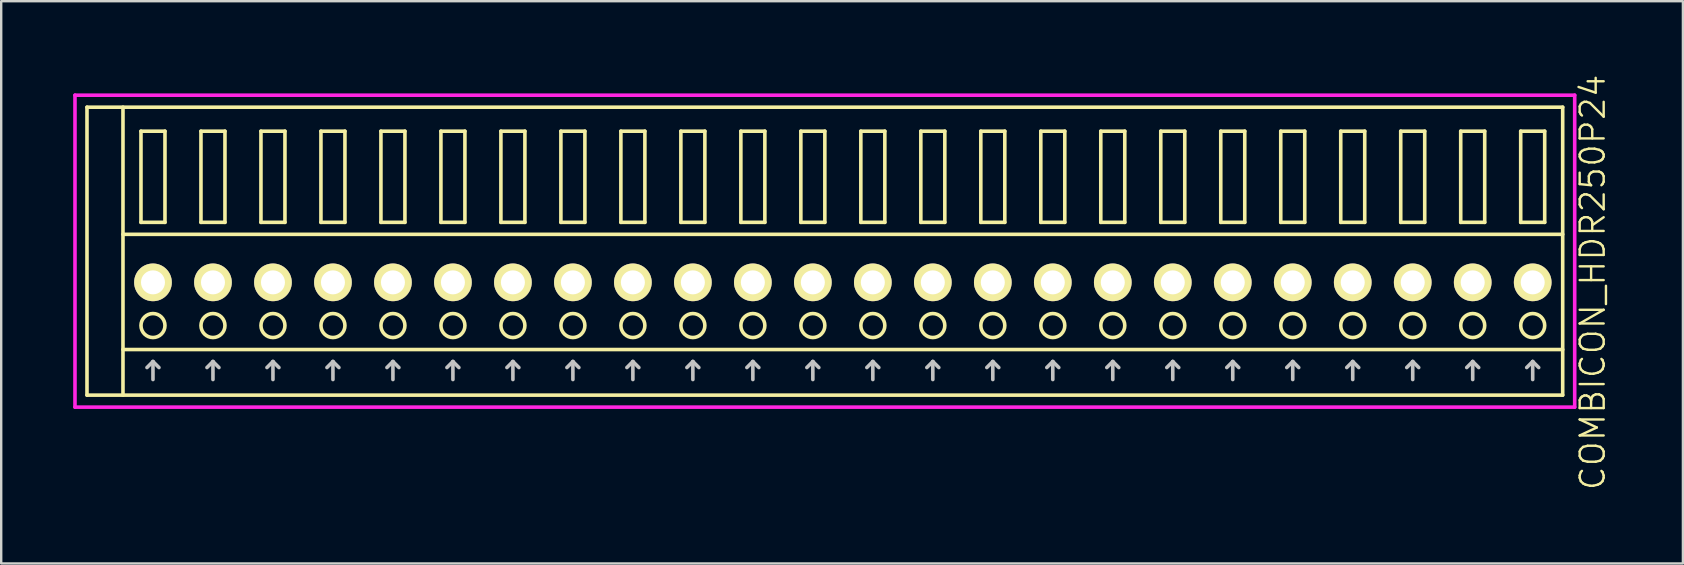
<source format=kicad_pcb>
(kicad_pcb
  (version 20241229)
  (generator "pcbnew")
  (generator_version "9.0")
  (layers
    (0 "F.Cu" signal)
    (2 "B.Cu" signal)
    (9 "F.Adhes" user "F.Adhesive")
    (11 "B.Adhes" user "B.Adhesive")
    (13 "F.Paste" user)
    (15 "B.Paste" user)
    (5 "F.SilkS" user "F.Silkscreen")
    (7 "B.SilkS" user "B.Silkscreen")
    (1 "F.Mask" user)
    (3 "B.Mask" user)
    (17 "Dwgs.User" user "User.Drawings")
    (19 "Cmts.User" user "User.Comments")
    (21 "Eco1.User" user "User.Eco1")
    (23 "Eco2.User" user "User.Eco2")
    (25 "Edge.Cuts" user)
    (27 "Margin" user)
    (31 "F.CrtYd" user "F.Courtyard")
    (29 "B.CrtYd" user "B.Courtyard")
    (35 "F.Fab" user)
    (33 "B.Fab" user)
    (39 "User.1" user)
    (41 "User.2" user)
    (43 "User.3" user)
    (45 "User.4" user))
  (footprint "COMBICON_HDR250P24"
    (layer "F.Cu")
    (at 32.075 8.717)
    (property "Reference" "COMBICON_HDR250P24" (at 31.25 0 90) (layer "F.SilkS") (effects (font (size 1 1) (thickness 0.1))))
    (attr through_hole)
    (fp_line (start -31.5 -7.3) (end -31.5 4.7) (stroke (width 0.15) (type solid)) (layer "F.SilkS"))
    (fp_line (start -31.5 4.7) (end 30 4.7) (stroke (width 0.15) (type solid)) (layer "F.SilkS"))
    (fp_line (start -30 -2) (end 30 -2) (stroke (width 0.15) (type solid)) (layer "F.SilkS"))
    (fp_line (start -30 2.8) (end 30 2.8) (stroke (width 0.15) (type solid)) (layer "F.SilkS"))
    (fp_line (start -30 4.7) (end -30 -7.3) (stroke (width 0.15) (type solid)) (layer "F.SilkS"))
    (fp_line (start -29.25 -6.3) (end -29.25 -2.5) (stroke (width 0.15) (type solid)) (layer "F.SilkS"))
    (fp_line (start -29.25 -2.5) (end -28.25 -2.5) (stroke (width 0.15) (type solid)) (layer "F.SilkS"))
    (fp_line (start -28.25 -6.3) (end -29.25 -6.3) (stroke (width 0.15) (type solid)) (layer "F.SilkS"))
    (fp_line (start -28.25 -2.5) (end -28.25 -6.3) (stroke (width 0.15) (type solid)) (layer "F.SilkS"))
    (fp_line (start -26.75 -6.3) (end -26.75 -2.5) (stroke (width 0.15) (type solid)) (layer "F.SilkS"))
    (fp_line (start -26.75 -2.5) (end -25.75 -2.5) (stroke (width 0.15) (type solid)) (layer "F.SilkS"))
    (fp_line (start -25.75 -6.3) (end -26.75 -6.3) (stroke (width 0.15) (type solid)) (layer "F.SilkS"))
    (fp_line (start -25.75 -2.5) (end -25.75 -6.3) (stroke (width 0.15) (type solid)) (layer "F.SilkS"))
    (fp_line (start -24.25 -6.3) (end -24.25 -2.5) (stroke (width 0.15) (type solid)) (layer "F.SilkS"))
    (fp_line (start -24.25 -2.5) (end -23.25 -2.5) (stroke (width 0.15) (type solid)) (layer "F.SilkS"))
    (fp_line (start -23.25 -6.3) (end -24.25 -6.3) (stroke (width 0.15) (type solid)) (layer "F.SilkS"))
    (fp_line (start -23.25 -2.5) (end -23.25 -6.3) (stroke (width 0.15) (type solid)) (layer "F.SilkS"))
    (fp_line (start -21.75 -6.3) (end -21.75 -2.5) (stroke (width 0.15) (type solid)) (layer "F.SilkS"))
    (fp_line (start -21.75 -2.5) (end -20.75 -2.5) (stroke (width 0.15) (type solid)) (layer "F.SilkS"))
    (fp_line (start -20.75 -6.3) (end -21.75 -6.3) (stroke (width 0.15) (type solid)) (layer "F.SilkS"))
    (fp_line (start -20.75 -2.5) (end -20.75 -6.3) (stroke (width 0.15) (type solid)) (layer "F.SilkS"))
    (fp_line (start -19.25 -6.3) (end -19.25 -2.5) (stroke (width 0.15) (type solid)) (layer "F.SilkS"))
    (fp_line (start -19.25 -2.5) (end -18.25 -2.5) (stroke (width 0.15) (type solid)) (layer "F.SilkS"))
    (fp_line (start -18.25 -6.3) (end -19.25 -6.3) (stroke (width 0.15) (type solid)) (layer "F.SilkS"))
    (fp_line (start -18.25 -2.5) (end -18.25 -6.3) (stroke (width 0.15) (type solid)) (layer "F.SilkS"))
    (fp_line (start -16.75 -6.3) (end -16.75 -2.5) (stroke (width 0.15) (type solid)) (layer "F.SilkS"))
    (fp_line (start -16.75 -2.5) (end -15.75 -2.5) (stroke (width 0.15) (type solid)) (layer "F.SilkS"))
    (fp_line (start -15.75 -6.3) (end -16.75 -6.3) (stroke (width 0.15) (type solid)) (layer "F.SilkS"))
    (fp_line (start -15.75 -2.5) (end -15.75 -6.3) (stroke (width 0.15) (type solid)) (layer "F.SilkS"))
    (fp_line (start -14.25 -6.3) (end -14.25 -2.5) (stroke (width 0.15) (type solid)) (layer "F.SilkS"))
    (fp_line (start -14.25 -2.5) (end -13.25 -2.5) (stroke (width 0.15) (type solid)) (layer "F.SilkS"))
    (fp_line (start -13.25 -6.3) (end -14.25 -6.3) (stroke (width 0.15) (type solid)) (layer "F.SilkS"))
    (fp_line (start -13.25 -2.5) (end -13.25 -6.3) (stroke (width 0.15) (type solid)) (layer "F.SilkS"))
    (fp_line (start -11.75 -6.3) (end -11.75 -2.5) (stroke (width 0.15) (type solid)) (layer "F.SilkS"))
    (fp_line (start -11.75 -2.5) (end -10.75 -2.5) (stroke (width 0.15) (type solid)) (layer "F.SilkS"))
    (fp_line (start -10.75 -6.3) (end -11.75 -6.3) (stroke (width 0.15) (type solid)) (layer "F.SilkS"))
    (fp_line (start -10.75 -2.5) (end -10.75 -6.3) (stroke (width 0.15) (type solid)) (layer "F.SilkS"))
    (fp_line (start -9.25 -6.3) (end -9.25 -2.5) (stroke (width 0.15) (type solid)) (layer "F.SilkS"))
    (fp_line (start -9.25 -2.5) (end -8.25 -2.5) (stroke (width 0.15) (type solid)) (layer "F.SilkS"))
    (fp_line (start -8.25 -6.3) (end -9.25 -6.3) (stroke (width 0.15) (type solid)) (layer "F.SilkS"))
    (fp_line (start -8.25 -2.5) (end -8.25 -6.3) (stroke (width 0.15) (type solid)) (layer "F.SilkS"))
    (fp_line (start -6.75 -6.3) (end -6.75 -2.5) (stroke (width 0.15) (type solid)) (layer "F.SilkS"))
    (fp_line (start -6.75 -2.5) (end -5.75 -2.5) (stroke (width 0.15) (type solid)) (layer "F.SilkS"))
    (fp_line (start -5.75 -6.3) (end -6.75 -6.3) (stroke (width 0.15) (type solid)) (layer "F.SilkS"))
    (fp_line (start -5.75 -2.5) (end -5.75 -6.3) (stroke (width 0.15) (type solid)) (layer "F.SilkS"))
    (fp_line (start -4.25 -6.3) (end -4.25 -2.5) (stroke (width 0.15) (type solid)) (layer "F.SilkS"))
    (fp_line (start -4.25 -2.5) (end -3.25 -2.5) (stroke (width 0.15) (type solid)) (layer "F.SilkS"))
    (fp_line (start -3.25 -6.3) (end -4.25 -6.3) (stroke (width 0.15) (type solid)) (layer "F.SilkS"))
    (fp_line (start -3.25 -2.5) (end -3.25 -6.3) (stroke (width 0.15) (type solid)) (layer "F.SilkS"))
    (fp_line (start -1.75 -6.3) (end -1.75 -2.5) (stroke (width 0.15) (type solid)) (layer "F.SilkS"))
    (fp_line (start -1.75 -2.5) (end -0.75 -2.5) (stroke (width 0.15) (type solid)) (layer "F.SilkS"))
    (fp_line (start -0.75 -6.3) (end -1.75 -6.3) (stroke (width 0.15) (type solid)) (layer "F.SilkS"))
    (fp_line (start -0.75 -2.5) (end -0.75 -6.3) (stroke (width 0.15) (type solid)) (layer "F.SilkS"))
    (fp_line (start 0.75 -6.3) (end 0.75 -2.5) (stroke (width 0.15) (type solid)) (layer "F.SilkS"))
    (fp_line (start 0.75 -2.5) (end 1.75 -2.5) (stroke (width 0.15) (type solid)) (layer "F.SilkS"))
    (fp_line (start 1.75 -6.3) (end 0.75 -6.3) (stroke (width 0.15) (type solid)) (layer "F.SilkS"))
    (fp_line (start 1.75 -2.5) (end 1.75 -6.3) (stroke (width 0.15) (type solid)) (layer "F.SilkS"))
    (fp_line (start 3.25 -6.3) (end 3.25 -2.5) (stroke (width 0.15) (type solid)) (layer "F.SilkS"))
    (fp_line (start 3.25 -2.5) (end 4.25 -2.5) (stroke (width 0.15) (type solid)) (layer "F.SilkS"))
    (fp_line (start 4.25 -6.3) (end 3.25 -6.3) (stroke (width 0.15) (type solid)) (layer "F.SilkS"))
    (fp_line (start 4.25 -2.5) (end 4.25 -6.3) (stroke (width 0.15) (type solid)) (layer "F.SilkS"))
    (fp_line (start 5.75 -6.3) (end 5.75 -2.5) (stroke (width 0.15) (type solid)) (layer "F.SilkS"))
    (fp_line (start 5.75 -2.5) (end 6.75 -2.5) (stroke (width 0.15) (type solid)) (layer "F.SilkS"))
    (fp_line (start 6.75 -6.3) (end 5.75 -6.3) (stroke (width 0.15) (type solid)) (layer "F.SilkS"))
    (fp_line (start 6.75 -2.5) (end 6.75 -6.3) (stroke (width 0.15) (type solid)) (layer "F.SilkS"))
    (fp_line (start 8.25 -6.3) (end 8.25 -2.5) (stroke (width 0.15) (type solid)) (layer "F.SilkS"))
    (fp_line (start 8.25 -2.5) (end 9.25 -2.5) (stroke (width 0.15) (type solid)) (layer "F.SilkS"))
    (fp_line (start 9.25 -6.3) (end 8.25 -6.3) (stroke (width 0.15) (type solid)) (layer "F.SilkS"))
    (fp_line (start 9.25 -2.5) (end 9.25 -6.3) (stroke (width 0.15) (type solid)) (layer "F.SilkS"))
    (fp_line (start 10.75 -6.3) (end 10.75 -2.5) (stroke (width 0.15) (type solid)) (layer "F.SilkS"))
    (fp_line (start 10.75 -2.5) (end 11.75 -2.5) (stroke (width 0.15) (type solid)) (layer "F.SilkS"))
    (fp_line (start 11.75 -6.3) (end 10.75 -6.3) (stroke (width 0.15) (type solid)) (layer "F.SilkS"))
    (fp_line (start 11.75 -2.5) (end 11.75 -6.3) (stroke (width 0.15) (type solid)) (layer "F.SilkS"))
    (fp_line (start 13.25 -6.3) (end 13.25 -2.5) (stroke (width 0.15) (type solid)) (layer "F.SilkS"))
    (fp_line (start 13.25 -2.5) (end 14.25 -2.5) (stroke (width 0.15) (type solid)) (layer "F.SilkS"))
    (fp_line (start 14.25 -6.3) (end 13.25 -6.3) (stroke (width 0.15) (type solid)) (layer "F.SilkS"))
    (fp_line (start 14.25 -2.5) (end 14.25 -6.3) (stroke (width 0.15) (type solid)) (layer "F.SilkS"))
    (fp_line (start 15.75 -6.3) (end 15.75 -2.5) (stroke (width 0.15) (type solid)) (layer "F.SilkS"))
    (fp_line (start 15.75 -2.5) (end 16.75 -2.5) (stroke (width 0.15) (type solid)) (layer "F.SilkS"))
    (fp_line (start 16.75 -6.3) (end 15.75 -6.3) (stroke (width 0.15) (type solid)) (layer "F.SilkS"))
    (fp_line (start 16.75 -2.5) (end 16.75 -6.3) (stroke (width 0.15) (type solid)) (layer "F.SilkS"))
    (fp_line (start 18.25 -6.3) (end 18.25 -2.5) (stroke (width 0.15) (type solid)) (layer "F.SilkS"))
    (fp_line (start 18.25 -2.5) (end 19.25 -2.5) (stroke (width 0.15) (type solid)) (layer "F.SilkS"))
    (fp_line (start 19.25 -6.3) (end 18.25 -6.3) (stroke (width 0.15) (type solid)) (layer "F.SilkS"))
    (fp_line (start 19.25 -2.5) (end 19.25 -6.3) (stroke (width 0.15) (type solid)) (layer "F.SilkS"))
    (fp_line (start 20.75 -6.3) (end 20.75 -2.5) (stroke (width 0.15) (type solid)) (layer "F.SilkS"))
    (fp_line (start 20.75 -2.5) (end 21.75 -2.5) (stroke (width 0.15) (type solid)) (layer "F.SilkS"))
    (fp_line (start 21.75 -6.3) (end 20.75 -6.3) (stroke (width 0.15) (type solid)) (layer "F.SilkS"))
    (fp_line (start 21.75 -2.5) (end 21.75 -6.3) (stroke (width 0.15) (type solid)) (layer "F.SilkS"))
    (fp_line (start 23.25 -6.3) (end 23.25 -2.5) (stroke (width 0.15) (type solid)) (layer "F.SilkS"))
    (fp_line (start 23.25 -2.5) (end 24.25 -2.5) (stroke (width 0.15) (type solid)) (layer "F.SilkS"))
    (fp_line (start 24.25 -6.3) (end 23.25 -6.3) (stroke (width 0.15) (type solid)) (layer "F.SilkS"))
    (fp_line (start 24.25 -2.5) (end 24.25 -6.3) (stroke (width 0.15) (type solid)) (layer "F.SilkS"))
    (fp_line (start 25.75 -6.3) (end 25.75 -2.5) (stroke (width 0.15) (type solid)) (layer "F.SilkS"))
    (fp_line (start 25.75 -2.5) (end 26.75 -2.5) (stroke (width 0.15) (type solid)) (layer "F.SilkS"))
    (fp_line (start 26.75 -6.3) (end 25.75 -6.3) (stroke (width 0.15) (type solid)) (layer "F.SilkS"))
    (fp_line (start 26.75 -2.5) (end 26.75 -6.3) (stroke (width 0.15) (type solid)) (layer "F.SilkS"))
    (fp_line (start 28.25 -6.3) (end 28.25 -2.5) (stroke (width 0.15) (type solid)) (layer "F.SilkS"))
    (fp_line (start 28.25 -2.5) (end 29.25 -2.5) (stroke (width 0.15) (type solid)) (layer "F.SilkS"))
    (fp_line (start 29.25 -6.3) (end 28.25 -6.3) (stroke (width 0.15) (type solid)) (layer "F.SilkS"))
    (fp_line (start 29.25 -2.5) (end 29.25 -6.3) (stroke (width 0.15) (type solid)) (layer "F.SilkS"))
    (fp_line (start 30 -7.3) (end -31.5 -7.3) (stroke (width 0.15) (type solid)) (layer "F.SilkS"))
    (fp_line (start 30 4.7) (end 30 -7.3) (stroke (width 0.15) (type solid)) (layer "F.SilkS"))
    (fp_circle (center -28.75 1.8) (end -28.25 1.8) (stroke (width 0.15) (type solid)) (fill no) (layer "F.SilkS"))
    (fp_circle (center -26.25 1.8) (end -25.75 1.8) (stroke (width 0.15) (type solid)) (fill no) (layer "F.SilkS"))
    (fp_circle (center -23.75 1.8) (end -23.25 1.8) (stroke (width 0.15) (type solid)) (fill no) (layer "F.SilkS"))
    (fp_circle (center -21.25 1.8) (end -20.75 1.8) (stroke (width 0.15) (type solid)) (fill no) (layer "F.SilkS"))
    (fp_circle (center -18.75 1.8) (end -18.25 1.8) (stroke (width 0.15) (type solid)) (fill no) (layer "F.SilkS"))
    (fp_circle (center -16.25 1.8) (end -15.75 1.8) (stroke (width 0.15) (type solid)) (fill no) (layer "F.SilkS"))
    (fp_circle (center -13.75 1.8) (end -13.25 1.8) (stroke (width 0.15) (type solid)) (fill no) (layer "F.SilkS"))
    (fp_circle (center -11.25 1.8) (end -10.75 1.8) (stroke (width 0.15) (type solid)) (fill no) (layer "F.SilkS"))
    (fp_circle (center -8.75 1.8) (end -8.25 1.8) (stroke (width 0.15) (type solid)) (fill no) (layer "F.SilkS"))
    (fp_circle (center -6.25 1.8) (end -5.75 1.8) (stroke (width 0.15) (type solid)) (fill no) (layer "F.SilkS"))
    (fp_circle (center -3.75 1.8) (end -3.25 1.8) (stroke (width 0.15) (type solid)) (fill no) (layer "F.SilkS"))
    (fp_circle (center -1.25 1.8) (end -0.75 1.8) (stroke (width 0.15) (type solid)) (fill no) (layer "F.SilkS"))
    (fp_circle (center 1.25 1.8) (end 1.75 1.8) (stroke (width 0.15) (type solid)) (fill no) (layer "F.SilkS"))
    (fp_circle (center 3.75 1.8) (end 4.25 1.8) (stroke (width 0.15) (type solid)) (fill no) (layer "F.SilkS"))
    (fp_circle (center 6.25 1.8) (end 6.75 1.8) (stroke (width 0.15) (type solid)) (fill no) (layer "F.SilkS"))
    (fp_circle (center 8.75 1.8) (end 9.25 1.8) (stroke (width 0.15) (type solid)) (fill no) (layer "F.SilkS"))
    (fp_circle (center 11.25 1.8) (end 11.75 1.8) (stroke (width 0.15) (type solid)) (fill no) (layer "F.SilkS"))
    (fp_circle (center 13.75 1.8) (end 14.25 1.8) (stroke (width 0.15) (type solid)) (fill no) (layer "F.SilkS"))
    (fp_circle (center 16.25 1.8) (end 16.75 1.8) (stroke (width 0.15) (type solid)) (fill no) (layer "F.SilkS"))
    (fp_circle (center 18.75 1.8) (end 19.25 1.8) (stroke (width 0.15) (type solid)) (fill no) (layer "F.SilkS"))
    (fp_circle (center 21.25 1.8) (end 21.75 1.8) (stroke (width 0.15) (type solid)) (fill no) (layer "F.SilkS"))
    (fp_circle (center 23.75 1.8) (end 24.25 1.8) (stroke (width 0.15) (type solid)) (fill no) (layer "F.SilkS"))
    (fp_circle (center 26.25 1.8) (end 26.75 1.8) (stroke (width 0.15) (type solid)) (fill no) (layer "F.SilkS"))
    (fp_circle (center 28.75 1.8) (end 29.25 1.8) (stroke (width 0.15) (type solid)) (fill no) (layer "F.SilkS"))
    (fp_line (start -29 3.55) (end -28.75 3.3) (stroke (width 0.15) (type solid)) (layer "Dwgs.User"))
    (fp_line (start -28.75 4.05) (end -28.75 3.3) (stroke (width 0.15) (type solid)) (layer "Dwgs.User"))
    (fp_line (start -28.5 3.55) (end -28.75 3.3) (stroke (width 0.15) (type solid)) (layer "Dwgs.User"))
    (fp_line (start -26.5 3.55) (end -26.25 3.3) (stroke (width 0.15) (type solid)) (layer "Dwgs.User"))
    (fp_line (start -26.25 4.05) (end -26.25 3.3) (stroke (width 0.15) (type solid)) (layer "Dwgs.User"))
    (fp_line (start -26 3.55) (end -26.25 3.3) (stroke (width 0.15) (type solid)) (layer "Dwgs.User"))
    (fp_line (start -24 3.55) (end -23.75 3.3) (stroke (width 0.15) (type solid)) (layer "Dwgs.User"))
    (fp_line (start -23.75 4.05) (end -23.75 3.3) (stroke (width 0.15) (type solid)) (layer "Dwgs.User"))
    (fp_line (start -23.5 3.55) (end -23.75 3.3) (stroke (width 0.15) (type solid)) (layer "Dwgs.User"))
    (fp_line (start -21.5 3.55) (end -21.25 3.3) (stroke (width 0.15) (type solid)) (layer "Dwgs.User"))
    (fp_line (start -21.25 4.05) (end -21.25 3.3) (stroke (width 0.15) (type solid)) (layer "Dwgs.User"))
    (fp_line (start -21 3.55) (end -21.25 3.3) (stroke (width 0.15) (type solid)) (layer "Dwgs.User"))
    (fp_line (start -19 3.55) (end -18.75 3.3) (stroke (width 0.15) (type solid)) (layer "Dwgs.User"))
    (fp_line (start -18.75 4.05) (end -18.75 3.3) (stroke (width 0.15) (type solid)) (layer "Dwgs.User"))
    (fp_line (start -18.5 3.55) (end -18.75 3.3) (stroke (width 0.15) (type solid)) (layer "Dwgs.User"))
    (fp_line (start -16.5 3.55) (end -16.25 3.3) (stroke (width 0.15) (type solid)) (layer "Dwgs.User"))
    (fp_line (start -16.25 4.05) (end -16.25 3.3) (stroke (width 0.15) (type solid)) (layer "Dwgs.User"))
    (fp_line (start -16 3.55) (end -16.25 3.3) (stroke (width 0.15) (type solid)) (layer "Dwgs.User"))
    (fp_line (start -14 3.55) (end -13.75 3.3) (stroke (width 0.15) (type solid)) (layer "Dwgs.User"))
    (fp_line (start -13.75 4.05) (end -13.75 3.3) (stroke (width 0.15) (type solid)) (layer "Dwgs.User"))
    (fp_line (start -13.5 3.55) (end -13.75 3.3) (stroke (width 0.15) (type solid)) (layer "Dwgs.User"))
    (fp_line (start -11.5 3.55) (end -11.25 3.3) (stroke (width 0.15) (type solid)) (layer "Dwgs.User"))
    (fp_line (start -11.25 4.05) (end -11.25 3.3) (stroke (width 0.15) (type solid)) (layer "Dwgs.User"))
    (fp_line (start -11 3.55) (end -11.25 3.3) (stroke (width 0.15) (type solid)) (layer "Dwgs.User"))
    (fp_line (start -9 3.55) (end -8.75 3.3) (stroke (width 0.15) (type solid)) (layer "Dwgs.User"))
    (fp_line (start -8.75 4.05) (end -8.75 3.3) (stroke (width 0.15) (type solid)) (layer "Dwgs.User"))
    (fp_line (start -8.5 3.55) (end -8.75 3.3) (stroke (width 0.15) (type solid)) (layer "Dwgs.User"))
    (fp_line (start -6.5 3.55) (end -6.25 3.3) (stroke (width 0.15) (type solid)) (layer "Dwgs.User"))
    (fp_line (start -6.25 4.05) (end -6.25 3.3) (stroke (width 0.15) (type solid)) (layer "Dwgs.User"))
    (fp_line (start -6 3.55) (end -6.25 3.3) (stroke (width 0.15) (type solid)) (layer "Dwgs.User"))
    (fp_line (start -4 3.55) (end -3.75 3.3) (stroke (width 0.15) (type solid)) (layer "Dwgs.User"))
    (fp_line (start -3.75 4.05) (end -3.75 3.3) (stroke (width 0.15) (type solid)) (layer "Dwgs.User"))
    (fp_line (start -3.5 3.55) (end -3.75 3.3) (stroke (width 0.15) (type solid)) (layer "Dwgs.User"))
    (fp_line (start -1.5 3.55) (end -1.25 3.3) (stroke (width 0.15) (type solid)) (layer "Dwgs.User"))
    (fp_line (start -1.25 4.05) (end -1.25 3.3) (stroke (width 0.15) (type solid)) (layer "Dwgs.User"))
    (fp_line (start -1 3.55) (end -1.25 3.3) (stroke (width 0.15) (type solid)) (layer "Dwgs.User"))
    (fp_line (start 1 3.55) (end 1.25 3.3) (stroke (width 0.15) (type solid)) (layer "Dwgs.User"))
    (fp_line (start 1.25 4.05) (end 1.25 3.3) (stroke (width 0.15) (type solid)) (layer "Dwgs.User"))
    (fp_line (start 1.5 3.55) (end 1.25 3.3) (stroke (width 0.15) (type solid)) (layer "Dwgs.User"))
    (fp_line (start 3.5 3.55) (end 3.75 3.3) (stroke (width 0.15) (type solid)) (layer "Dwgs.User"))
    (fp_line (start 3.75 4.05) (end 3.75 3.3) (stroke (width 0.15) (type solid)) (layer "Dwgs.User"))
    (fp_line (start 4 3.55) (end 3.75 3.3) (stroke (width 0.15) (type solid)) (layer "Dwgs.User"))
    (fp_line (start 6 3.55) (end 6.25 3.3) (stroke (width 0.15) (type solid)) (layer "Dwgs.User"))
    (fp_line (start 6.25 4.05) (end 6.25 3.3) (stroke (width 0.15) (type solid)) (layer "Dwgs.User"))
    (fp_line (start 6.5 3.55) (end 6.25 3.3) (stroke (width 0.15) (type solid)) (layer "Dwgs.User"))
    (fp_line (start 8.5 3.55) (end 8.75 3.3) (stroke (width 0.15) (type solid)) (layer "Dwgs.User"))
    (fp_line (start 8.75 4.05) (end 8.75 3.3) (stroke (width 0.15) (type solid)) (layer "Dwgs.User"))
    (fp_line (start 9 3.55) (end 8.75 3.3) (stroke (width 0.15) (type solid)) (layer "Dwgs.User"))
    (fp_line (start 11 3.55) (end 11.25 3.3) (stroke (width 0.15) (type solid)) (layer "Dwgs.User"))
    (fp_line (start 11.25 4.05) (end 11.25 3.3) (stroke (width 0.15) (type solid)) (layer "Dwgs.User"))
    (fp_line (start 11.5 3.55) (end 11.25 3.3) (stroke (width 0.15) (type solid)) (layer "Dwgs.User"))
    (fp_line (start 13.5 3.55) (end 13.75 3.3) (stroke (width 0.15) (type solid)) (layer "Dwgs.User"))
    (fp_line (start 13.75 4.05) (end 13.75 3.3) (stroke (width 0.15) (type solid)) (layer "Dwgs.User"))
    (fp_line (start 14 3.55) (end 13.75 3.3) (stroke (width 0.15) (type solid)) (layer "Dwgs.User"))
    (fp_line (start 16 3.55) (end 16.25 3.3) (stroke (width 0.15) (type solid)) (layer "Dwgs.User"))
    (fp_line (start 16.25 4.05) (end 16.25 3.3) (stroke (width 0.15) (type solid)) (layer "Dwgs.User"))
    (fp_line (start 16.5 3.55) (end 16.25 3.3) (stroke (width 0.15) (type solid)) (layer "Dwgs.User"))
    (fp_line (start 18.5 3.55) (end 18.75 3.3) (stroke (width 0.15) (type solid)) (layer "Dwgs.User"))
    (fp_line (start 18.75 4.05) (end 18.75 3.3) (stroke (width 0.15) (type solid)) (layer "Dwgs.User"))
    (fp_line (start 19 3.55) (end 18.75 3.3) (stroke (width 0.15) (type solid)) (layer "Dwgs.User"))
    (fp_line (start 21 3.55) (end 21.25 3.3) (stroke (width 0.15) (type solid)) (layer "Dwgs.User"))
    (fp_line (start 21.25 4.05) (end 21.25 3.3) (stroke (width 0.15) (type solid)) (layer "Dwgs.User"))
    (fp_line (start 21.5 3.55) (end 21.25 3.3) (stroke (width 0.15) (type solid)) (layer "Dwgs.User"))
    (fp_line (start 23.5 3.55) (end 23.75 3.3) (stroke (width 0.15) (type solid)) (layer "Dwgs.User"))
    (fp_line (start 23.75 4.05) (end 23.75 3.3) (stroke (width 0.15) (type solid)) (layer "Dwgs.User"))
    (fp_line (start 24 3.55) (end 23.75 3.3) (stroke (width 0.15) (type solid)) (layer "Dwgs.User"))
    (fp_line (start 26 3.55) (end 26.25 3.3) (stroke (width 0.15) (type solid)) (layer "Dwgs.User"))
    (fp_line (start 26.25 4.05) (end 26.25 3.3) (stroke (width 0.15) (type solid)) (layer "Dwgs.User"))
    (fp_line (start 26.5 3.55) (end 26.25 3.3) (stroke (width 0.15) (type solid)) (layer "Dwgs.User"))
    (fp_line (start 28.5 3.55) (end 28.75 3.3) (stroke (width 0.15) (type solid)) (layer "Dwgs.User"))
    (fp_line (start 28.75 4.05) (end 28.75 3.3) (stroke (width 0.15) (type solid)) (layer "Dwgs.User"))
    (fp_line (start 29 3.55) (end 28.75 3.3) (stroke (width 0.15) (type solid)) (layer "Dwgs.User"))
    (fp_line (start -32 -7.8) (end -32 5.2) (stroke (width 0.15) (type solid)) (layer "F.CrtYd"))
    (fp_line (start -32 5.2) (end 30.5 5.2) (stroke (width 0.15) (type solid)) (layer "F.CrtYd"))
    (fp_line (start 30.5 -7.8) (end -32 -7.8) (stroke (width 0.15) (type solid)) (layer "F.CrtYd"))
    (fp_line (start 30.5 5.2) (end 30.5 -7.8) (stroke (width 0.15) (type solid)) (layer "F.CrtYd"))
    (pad "1" thru_hole oval (at -28.75 0) (size 1.57 1.57) (drill 1) (layers "*.Cu" "*.Mask" "F.SilkS"))
    (pad "2" thru_hole oval (at -26.25 0) (size 1.57 1.57) (drill 1) (layers "*.Cu" "*.Mask" "F.SilkS"))
    (pad "3" thru_hole oval (at -23.75 0) (size 1.57 1.57) (drill 1) (layers "*.Cu" "*.Mask" "F.SilkS"))
    (pad "4" thru_hole oval (at -21.25 0) (size 1.57 1.57) (drill 1) (layers "*.Cu" "*.Mask" "F.SilkS"))
    (pad "5" thru_hole oval (at -18.75 0) (size 1.57 1.57) (drill 1) (layers "*.Cu" "*.Mask" "F.SilkS"))
    (pad "6" thru_hole oval (at -16.25 0) (size 1.57 1.57) (drill 1) (layers "*.Cu" "*.Mask" "F.SilkS"))
    (pad "7" thru_hole oval (at -13.75 0) (size 1.57 1.57) (drill 1) (layers "*.Cu" "*.Mask" "F.SilkS"))
    (pad "8" thru_hole oval (at -11.25 0) (size 1.57 1.57) (drill 1) (layers "*.Cu" "*.Mask" "F.SilkS"))
    (pad "9" thru_hole oval (at -8.75 0) (size 1.57 1.57) (drill 1) (layers "*.Cu" "*.Mask" "F.SilkS"))
    (pad "10" thru_hole oval (at -6.25 0) (size 1.57 1.57) (drill 1) (layers "*.Cu" "*.Mask" "F.SilkS"))
    (pad "11" thru_hole oval (at -3.75 0) (size 1.57 1.57) (drill 1) (layers "*.Cu" "*.Mask" "F.SilkS"))
    (pad "12" thru_hole oval (at -1.25 0) (size 1.57 1.57) (drill 1) (layers "*.Cu" "*.Mask" "F.SilkS"))
    (pad "13" thru_hole oval (at 1.25 0) (size 1.57 1.57) (drill 1) (layers "*.Cu" "*.Mask" "F.SilkS"))
    (pad "14" thru_hole oval (at 3.75 0) (size 1.57 1.57) (drill 1) (layers "*.Cu" "*.Mask" "F.SilkS"))
    (pad "15" thru_hole oval (at 6.25 0) (size 1.57 1.57) (drill 1) (layers "*.Cu" "*.Mask" "F.SilkS"))
    (pad "16" thru_hole oval (at 8.75 0) (size 1.57 1.57) (drill 1) (layers "*.Cu" "*.Mask" "F.SilkS"))
    (pad "17" thru_hole oval (at 11.25 0) (size 1.57 1.57) (drill 1) (layers "*.Cu" "*.Mask" "F.SilkS"))
    (pad "18" thru_hole oval (at 13.75 0) (size 1.57 1.57) (drill 1) (layers "*.Cu" "*.Mask" "F.SilkS"))
    (pad "19" thru_hole oval (at 16.25 0) (size 1.57 1.57) (drill 1) (layers "*.Cu" "*.Mask" "F.SilkS"))
    (pad "20" thru_hole oval (at 18.75 0) (size 1.57 1.57) (drill 1) (layers "*.Cu" "*.Mask" "F.SilkS"))
    (pad "21" thru_hole oval (at 21.25 0) (size 1.57 1.57) (drill 1) (layers "*.Cu" "*.Mask" "F.SilkS"))
    (pad "22" thru_hole oval (at 23.75 0) (size 1.57 1.57) (drill 1) (layers "*.Cu" "*.Mask" "F.SilkS"))
    (pad "23" thru_hole oval (at 26.25 0) (size 1.57 1.57) (drill 1) (layers "*.Cu" "*.Mask" "F.SilkS"))
    (pad "24" thru_hole oval (at 28.75 0) (size 1.57 1.57) (drill 1) (layers "*.Cu" "*.Mask" "F.SilkS")))
  (gr_rect
    (start -3 -3)
    (end 67.085 20.433)
    (stroke (width 0.1) (type default))
    (fill no)
    (layer "Edge.Cuts")))
</source>
